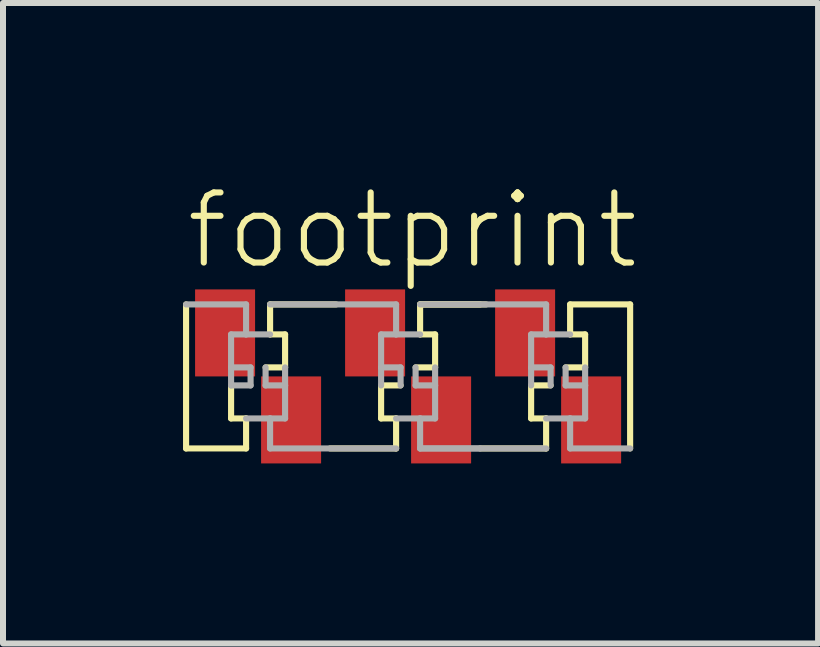
<source format=kicad_pcb>
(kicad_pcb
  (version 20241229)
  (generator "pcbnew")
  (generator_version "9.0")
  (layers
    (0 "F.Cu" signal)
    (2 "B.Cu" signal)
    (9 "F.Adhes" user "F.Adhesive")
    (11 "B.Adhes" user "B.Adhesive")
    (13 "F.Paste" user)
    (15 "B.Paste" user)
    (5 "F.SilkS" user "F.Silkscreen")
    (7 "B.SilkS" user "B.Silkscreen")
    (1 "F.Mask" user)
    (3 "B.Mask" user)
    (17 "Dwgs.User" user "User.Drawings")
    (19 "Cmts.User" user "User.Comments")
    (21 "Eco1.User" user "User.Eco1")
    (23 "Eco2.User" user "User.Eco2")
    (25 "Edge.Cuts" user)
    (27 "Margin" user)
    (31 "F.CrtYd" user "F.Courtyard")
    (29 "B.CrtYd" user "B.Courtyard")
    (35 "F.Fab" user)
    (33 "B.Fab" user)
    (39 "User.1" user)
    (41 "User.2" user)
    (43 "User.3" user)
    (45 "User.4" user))
  (footprint "footprint"
    (layer "F.Cu")
    (at 3.751 3.223)
    (property "Reference" "footprint" (at -3.75 -1.75 0) (layer "F.SilkS") (effects (font (size 1.168 1.168) (thickness 0.102)) (justify left bottom)))
    (fp_line (start -3.7 1.2) (end -3.7 -1.2) (stroke (width 0.102) (type solid)) (layer "F.SilkS"))
    (fp_line (start -2.95 0.7) (end -2.95 0.15) (stroke (width 0.102) (type solid)) (layer "F.SilkS"))
    (fp_line (start -2.7 0.7) (end -2.95 0.7) (stroke (width 0.102) (type solid)) (layer "F.SilkS"))
    (fp_line (start -2.7 0.7) (end -2.7 1.2) (stroke (width 0.102) (type solid)) (layer "F.SilkS"))
    (fp_line (start -2.7 1.2) (end -3.7 1.2) (stroke (width 0.102) (type solid)) (layer "F.SilkS"))
    (fp_line (start -2.3 -1.2) (end -1.2 -1.2) (stroke (width 0.102) (type solid)) (layer "F.SilkS"))
    (fp_line (start -2.3 -0.7) (end -2.3 -1.2) (stroke (width 0.102) (type solid)) (layer "F.SilkS"))
    (fp_line (start -2.3 -0.7) (end -2.05 -0.7) (stroke (width 0.102) (type solid)) (layer "F.SilkS"))
    (fp_line (start -2.05 -0.7) (end -2.05 -0.15) (stroke (width 0.102) (type solid)) (layer "F.SilkS"))
    (fp_line (start -2.05 -0.15) (end -2.375 -0.15) (stroke (width 0.102) (type solid)) (layer "F.SilkS"))
    (fp_line (start -0.45 0.15) (end -0.125 0.15) (stroke (width 0.102) (type solid)) (layer "F.SilkS"))
    (fp_line (start -0.45 0.7) (end -0.45 0.15) (stroke (width 0.102) (type solid)) (layer "F.SilkS"))
    (fp_line (start -0.2 0.7) (end -0.45 0.7) (stroke (width 0.102) (type solid)) (layer "F.SilkS"))
    (fp_line (start -0.2 0.7) (end -0.2 1.2) (stroke (width 0.102) (type solid)) (layer "F.SilkS"))
    (fp_line (start -0.2 1.2) (end -1.3 1.2) (stroke (width 0.102) (type solid)) (layer "F.SilkS"))
    (fp_line (start 0.2 -1.2) (end 1.2 -1.2) (stroke (width 0.102) (type solid)) (layer "F.SilkS"))
    (fp_line (start 0.2 -1.2) (end 1.3 -1.2) (stroke (width 0.102) (type solid)) (layer "F.SilkS"))
    (fp_line (start 0.2 -0.7) (end 0.2 -1.2) (stroke (width 0.102) (type solid)) (layer "F.SilkS"))
    (fp_line (start 0.2 -0.7) (end 0.45 -0.7) (stroke (width 0.102) (type solid)) (layer "F.SilkS"))
    (fp_line (start 0.45 -0.7) (end 0.45 -0.15) (stroke (width 0.102) (type solid)) (layer "F.SilkS"))
    (fp_line (start 0.45 -0.15) (end 0.125 -0.15) (stroke (width 0.102) (type solid)) (layer "F.SilkS"))
    (fp_line (start 2.05 0.15) (end 2.375 0.15) (stroke (width 0.102) (type solid)) (layer "F.SilkS"))
    (fp_line (start 2.05 0.7) (end 2.05 0.15) (stroke (width 0.102) (type solid)) (layer "F.SilkS"))
    (fp_line (start 2.3 0.7) (end 2.05 0.7) (stroke (width 0.102) (type solid)) (layer "F.SilkS"))
    (fp_line (start 2.3 0.7) (end 2.3 1.2) (stroke (width 0.102) (type solid)) (layer "F.SilkS"))
    (fp_line (start 2.3 1.2) (end 1.2 1.2) (stroke (width 0.102) (type solid)) (layer "F.SilkS"))
    (fp_line (start 2.7 -1.2) (end 3.7 -1.2) (stroke (width 0.102) (type solid)) (layer "F.SilkS"))
    (fp_line (start 2.7 -0.7) (end 2.7 -1.2) (stroke (width 0.102) (type solid)) (layer "F.SilkS"))
    (fp_line (start 2.7 -0.7) (end 2.95 -0.7) (stroke (width 0.102) (type solid)) (layer "F.SilkS"))
    (fp_line (start 2.95 -0.7) (end 2.95 -0.15) (stroke (width 0.102) (type solid)) (layer "F.SilkS"))
    (fp_line (start 2.95 -0.15) (end 2.625 -0.15) (stroke (width 0.102) (type solid)) (layer "F.SilkS"))
    (fp_line (start 3.7 -1.2) (end 3.7 1.2) (stroke (width 0.102) (type solid)) (layer "F.SilkS"))
    (fp_line (start -3.7 -1.2) (end -2.7 -1.2) (stroke (width 0.102) (type solid)) (layer "F.Fab"))
    (fp_line (start -2.95 -0.7) (end -2.7 -0.7) (stroke (width 0.102) (type solid)) (layer "F.Fab"))
    (fp_line (start -2.95 -0.15) (end -2.95 -0.7) (stroke (width 0.102) (type solid)) (layer "F.Fab"))
    (fp_line (start -2.95 -0.15) (end -2.95 0.15) (stroke (width 0.102) (type solid)) (layer "F.Fab"))
    (fp_line (start -2.95 0.15) (end -2.625 0.15) (stroke (width 0.102) (type solid)) (layer "F.Fab"))
    (fp_line (start -2.7 -1.2) (end -2.7 -0.7) (stroke (width 0.102) (type solid)) (layer "F.Fab"))
    (fp_line (start -2.7 -0.7) (end -2.3 -0.7) (stroke (width 0.102) (type solid)) (layer "F.Fab"))
    (fp_line (start -2.625 -0.15) (end -2.95 -0.15) (stroke (width 0.102) (type solid)) (layer "F.Fab"))
    (fp_line (start -2.625 0.15) (end -2.625 -0.15) (stroke (width 0.102) (type solid)) (layer "F.Fab"))
    (fp_line (start -2.375 -0.15) (end -2.375 0.15) (stroke (width 0.102) (type solid)) (layer "F.Fab"))
    (fp_line (start -2.375 0.15) (end -2.05 0.15) (stroke (width 0.102) (type solid)) (layer "F.Fab"))
    (fp_line (start -2.3 -1.2) (end -0.2 -1.2) (stroke (width 0.102) (type solid)) (layer "F.Fab"))
    (fp_line (start -2.3 0.7) (end -2.7 0.7) (stroke (width 0.102) (type solid)) (layer "F.Fab"))
    (fp_line (start -2.3 1.2) (end -2.3 0.7) (stroke (width 0.102) (type solid)) (layer "F.Fab"))
    (fp_line (start -2.05 -0.15) (end -2.05 0.15) (stroke (width 0.102) (type solid)) (layer "F.Fab"))
    (fp_line (start -2.05 0.15) (end -2.05 0.7) (stroke (width 0.102) (type solid)) (layer "F.Fab"))
    (fp_line (start -2.05 0.7) (end -2.3 0.7) (stroke (width 0.102) (type solid)) (layer "F.Fab"))
    (fp_line (start -0.45 -0.7) (end -0.2 -0.7) (stroke (width 0.102) (type solid)) (layer "F.Fab"))
    (fp_line (start -0.45 -0.15) (end -0.45 -0.7) (stroke (width 0.102) (type solid)) (layer "F.Fab"))
    (fp_line (start -0.45 -0.15) (end -0.45 0.15) (stroke (width 0.102) (type solid)) (layer "F.Fab"))
    (fp_line (start -0.2 -1.2) (end -0.2 -0.7) (stroke (width 0.102) (type solid)) (layer "F.Fab"))
    (fp_line (start -0.2 -0.7) (end 0.2 -0.7) (stroke (width 0.102) (type solid)) (layer "F.Fab"))
    (fp_line (start -0.2 1.2) (end -2.3 1.2) (stroke (width 0.102) (type solid)) (layer "F.Fab"))
    (fp_line (start -0.125 -0.15) (end -0.45 -0.15) (stroke (width 0.102) (type solid)) (layer "F.Fab"))
    (fp_line (start -0.125 0.15) (end -0.125 -0.15) (stroke (width 0.102) (type solid)) (layer "F.Fab"))
    (fp_line (start 0.125 -0.15) (end 0.125 0.15) (stroke (width 0.102) (type solid)) (layer "F.Fab"))
    (fp_line (start 0.125 0.15) (end 0.45 0.15) (stroke (width 0.102) (type solid)) (layer "F.Fab"))
    (fp_line (start 0.2 -1.2) (end 2.3 -1.2) (stroke (width 0.102) (type solid)) (layer "F.Fab"))
    (fp_line (start 0.2 0.7) (end -0.2 0.7) (stroke (width 0.102) (type solid)) (layer "F.Fab"))
    (fp_line (start 0.2 1.2) (end 0.2 0.7) (stroke (width 0.102) (type solid)) (layer "F.Fab"))
    (fp_line (start 0.45 -0.15) (end 0.45 0.15) (stroke (width 0.102) (type solid)) (layer "F.Fab"))
    (fp_line (start 0.45 0.15) (end 0.45 0.7) (stroke (width 0.102) (type solid)) (layer "F.Fab"))
    (fp_line (start 0.45 0.7) (end 0.2 0.7) (stroke (width 0.102) (type solid)) (layer "F.Fab"))
    (fp_line (start 1.2 1.2) (end 0.2 1.2) (stroke (width 0.102) (type solid)) (layer "F.Fab"))
    (fp_line (start 2.05 -0.7) (end 2.3 -0.7) (stroke (width 0.102) (type solid)) (layer "F.Fab"))
    (fp_line (start 2.05 -0.15) (end 2.05 -0.7) (stroke (width 0.102) (type solid)) (layer "F.Fab"))
    (fp_line (start 2.05 -0.15) (end 2.05 0.15) (stroke (width 0.102) (type solid)) (layer "F.Fab"))
    (fp_line (start 2.3 -1.2) (end 2.3 -0.7) (stroke (width 0.102) (type solid)) (layer "F.Fab"))
    (fp_line (start 2.3 -0.7) (end 2.7 -0.7) (stroke (width 0.102) (type solid)) (layer "F.Fab"))
    (fp_line (start 2.3 1.2) (end 0.2 1.2) (stroke (width 0.102) (type solid)) (layer "F.Fab"))
    (fp_line (start 2.375 -0.15) (end 2.05 -0.15) (stroke (width 0.102) (type solid)) (layer "F.Fab"))
    (fp_line (start 2.375 0.15) (end 2.375 -0.15) (stroke (width 0.102) (type solid)) (layer "F.Fab"))
    (fp_line (start 2.625 -0.15) (end 2.625 0.15) (stroke (width 0.102) (type solid)) (layer "F.Fab"))
    (fp_line (start 2.625 0.15) (end 2.95 0.15) (stroke (width 0.102) (type solid)) (layer "F.Fab"))
    (fp_line (start 2.7 0.7) (end 2.3 0.7) (stroke (width 0.102) (type solid)) (layer "F.Fab"))
    (fp_line (start 2.7 1.2) (end 2.7 0.7) (stroke (width 0.102) (type solid)) (layer "F.Fab"))
    (fp_line (start 2.95 -0.15) (end 2.95 0.15) (stroke (width 0.102) (type solid)) (layer "F.Fab"))
    (fp_line (start 2.95 0.15) (end 2.95 0.7) (stroke (width 0.102) (type solid)) (layer "F.Fab"))
    (fp_line (start 2.95 0.7) (end 2.7 0.7) (stroke (width 0.102) (type solid)) (layer "F.Fab"))
    (fp_line (start 3.7 1.2) (end 2.7 1.2) (stroke (width 0.102) (type solid)) (layer "F.Fab"))
    (pad "1" smd rect (at -3.05 -0.725) (size 1 1.45) (layers "F.Cu" "F.Mask" "F.Paste"))
    (pad "1@1" smd rect (at -1.95 0.725) (size 1 1.45) (layers "F.Cu" "F.Mask" "F.Paste"))
    (pad "2" smd rect (at -0.55 -0.725) (size 1 1.45) (layers "F.Cu" "F.Mask" "F.Paste"))
    (pad "2@1" smd rect (at 0.55 0.725) (size 1 1.45) (layers "F.Cu" "F.Mask" "F.Paste"))
    (pad "3" smd rect (at 1.95 -0.725) (size 1 1.45) (layers "F.Cu" "F.Mask" "F.Paste"))
    (pad "3@2" smd rect (at 3.05 0.725) (size 1 1.45) (layers "F.Cu" "F.Mask" "F.Paste")))
  (gr_rect
    (start -3 -3)
    (end 10.583 7.673)
    (stroke (width 0.1) (type default))
    (fill no)
    (layer "Edge.Cuts")))
</source>
